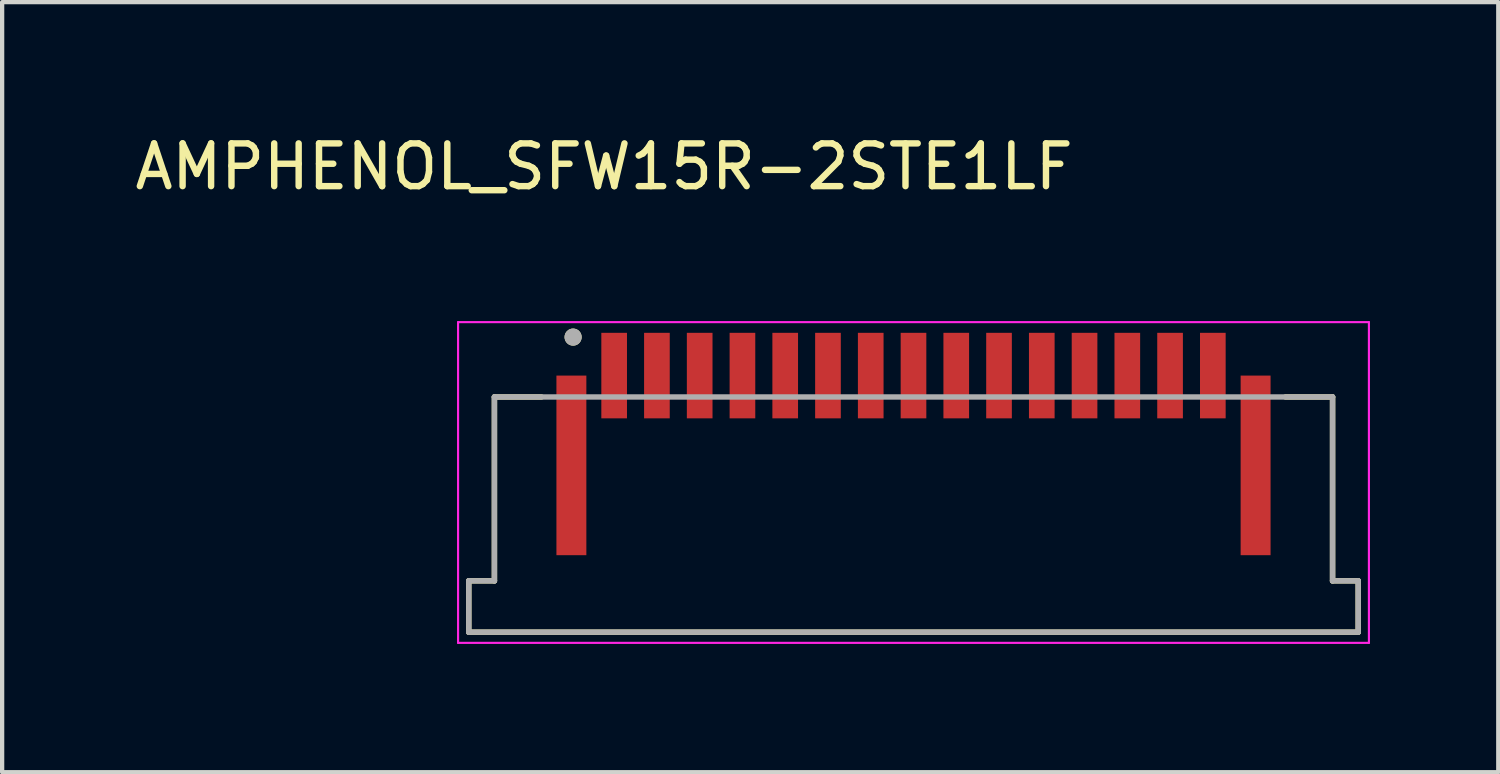
<source format=kicad_pcb>
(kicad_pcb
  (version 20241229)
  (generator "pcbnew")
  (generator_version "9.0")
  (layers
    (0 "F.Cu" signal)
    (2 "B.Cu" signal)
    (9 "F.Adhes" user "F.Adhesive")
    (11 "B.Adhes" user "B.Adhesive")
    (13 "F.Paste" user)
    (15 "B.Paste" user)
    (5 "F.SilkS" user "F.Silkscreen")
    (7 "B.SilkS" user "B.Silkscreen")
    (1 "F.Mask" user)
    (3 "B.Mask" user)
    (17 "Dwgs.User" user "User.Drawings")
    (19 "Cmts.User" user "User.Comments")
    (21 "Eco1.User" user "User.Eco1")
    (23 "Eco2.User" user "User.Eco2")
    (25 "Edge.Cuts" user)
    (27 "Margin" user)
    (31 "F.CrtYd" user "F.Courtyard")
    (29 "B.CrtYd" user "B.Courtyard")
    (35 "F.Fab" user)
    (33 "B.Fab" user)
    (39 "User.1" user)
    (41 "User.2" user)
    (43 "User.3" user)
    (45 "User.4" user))
  (footprint "AMPHENOL_SFW15R-2STE1LF"
    (layer "F.Cu")
    (at 18.312 7.833)
    (property "Reference" "AMPHENOL_SFW15R-2STE1LF" (at -7.235 -6.985 0) (layer "F.SilkS") (effects (font (size 1 1) (thickness 0.15))))
    (attr smd)
    (fp_line (start -10.4 2.7) (end -9.8 2.7) (stroke (width 0.127) (type solid)) (layer "F.SilkS"))
    (fp_line (start -10.4 3.9) (end -10.4 2.7) (stroke (width 0.127) (type solid)) (layer "F.SilkS"))
    (fp_line (start -9.8 -1.6) (end -8.7 -1.6) (stroke (width 0.127) (type solid)) (layer "F.SilkS"))
    (fp_line (start -9.8 2.7) (end -9.8 -1.6) (stroke (width 0.127) (type solid)) (layer "F.SilkS"))
    (fp_line (start 8.7 -1.6) (end 9.8 -1.6) (stroke (width 0.127) (type solid)) (layer "F.SilkS"))
    (fp_line (start 9.8 -1.6) (end 9.8 2.7) (stroke (width 0.127) (type solid)) (layer "F.SilkS"))
    (fp_line (start 9.8 2.7) (end 10.4 2.7) (stroke (width 0.127) (type solid)) (layer "F.SilkS"))
    (fp_line (start 10.4 2.7) (end 10.4 3.9) (stroke (width 0.127) (type solid)) (layer "F.SilkS"))
    (fp_line (start 10.4 3.9) (end -10.4 3.9) (stroke (width 0.127) (type solid)) (layer "F.SilkS"))
    (fp_circle (center -7.96 -3) (end -7.86 -3) (stroke (width 0.2) (type solid)) (fill no) (layer "F.SilkS"))
    (fp_line (start -10.65 -3.35) (end 10.65 -3.35) (stroke (width 0.05) (type solid)) (layer "F.CrtYd"))
    (fp_line (start -10.65 4.15) (end -10.65 -3.35) (stroke (width 0.05) (type solid)) (layer "F.CrtYd"))
    (fp_line (start 10.65 -3.35) (end 10.65 4.15) (stroke (width 0.05) (type solid)) (layer "F.CrtYd"))
    (fp_line (start 10.65 4.15) (end -10.65 4.15) (stroke (width 0.05) (type solid)) (layer "F.CrtYd"))
    (fp_line (start -10.4 2.7) (end -9.8 2.7) (stroke (width 0.127) (type solid)) (layer "F.Fab"))
    (fp_line (start -10.4 3.9) (end -10.4 2.7) (stroke (width 0.127) (type solid)) (layer "F.Fab"))
    (fp_line (start -10.4 3.9) (end 10.4 3.9) (stroke (width 0.127) (type solid)) (layer "F.Fab"))
    (fp_line (start -9.8 -1.6) (end 9.8 -1.6) (stroke (width 0.127) (type solid)) (layer "F.Fab"))
    (fp_line (start -9.8 2.7) (end -9.8 -1.6) (stroke (width 0.127) (type solid)) (layer "F.Fab"))
    (fp_line (start 9.8 -1.6) (end 9.8 2.7) (stroke (width 0.127) (type solid)) (layer "F.Fab"))
    (fp_line (start 9.8 2.7) (end 10.4 2.7) (stroke (width 0.127) (type solid)) (layer "F.Fab"))
    (fp_line (start 10.4 2.7) (end 10.4 3.9) (stroke (width 0.127) (type solid)) (layer "F.Fab"))
    (fp_circle (center -7.96 -3) (end -7.86 -3) (stroke (width 0.2) (type solid)) (fill no) (layer "F.Fab"))
    (pad "1" smd rect (at -7 -2.1) (size 0.6 2) (layers "F.Cu" "F.Mask" "F.Paste"))
    (pad "2" smd rect (at -6 -2.1) (size 0.6 2) (layers "F.Cu" "F.Mask" "F.Paste"))
    (pad "3" smd rect (at -5 -2.1) (size 0.6 2) (layers "F.Cu" "F.Mask" "F.Paste"))
    (pad "4" smd rect (at -4 -2.1) (size 0.6 2) (layers "F.Cu" "F.Mask" "F.Paste"))
    (pad "5" smd rect (at -3 -2.1) (size 0.6 2) (layers "F.Cu" "F.Mask" "F.Paste"))
    (pad "6" smd rect (at -2 -2.1) (size 0.6 2) (layers "F.Cu" "F.Mask" "F.Paste"))
    (pad "7" smd rect (at -1 -2.1) (size 0.6 2) (layers "F.Cu" "F.Mask" "F.Paste"))
    (pad "8" smd rect (at 0 -2.1) (size 0.6 2) (layers "F.Cu" "F.Mask" "F.Paste"))
    (pad "9" smd rect (at 1 -2.1) (size 0.6 2) (layers "F.Cu" "F.Mask" "F.Paste"))
    (pad "10" smd rect (at 2 -2.1) (size 0.6 2) (layers "F.Cu" "F.Mask" "F.Paste"))
    (pad "11" smd rect (at 3 -2.1) (size 0.6 2) (layers "F.Cu" "F.Mask" "F.Paste"))
    (pad "12" smd rect (at 4 -2.1) (size 0.6 2) (layers "F.Cu" "F.Mask" "F.Paste"))
    (pad "13" smd rect (at 5 -2.1) (size 0.6 2) (layers "F.Cu" "F.Mask" "F.Paste"))
    (pad "14" smd rect (at 6 -2.1) (size 0.6 2) (layers "F.Cu" "F.Mask" "F.Paste"))
    (pad "15" smd rect (at 7 -2.1) (size 0.6 2) (layers "F.Cu" "F.Mask" "F.Paste"))
    (pad "S1" smd rect (at -8 0) (size 0.7 4.2) (layers "F.Cu" "F.Mask" "F.Paste"))
    (pad "S2" smd rect (at 8 0) (size 0.7 4.2) (layers "F.Cu" "F.Mask" "F.Paste")))
  (gr_rect
    (start -3 -3)
    (end 31.987 15.008)
    (stroke (width 0.1) (type default))
    (fill no)
    (layer "Edge.Cuts")))
</source>
